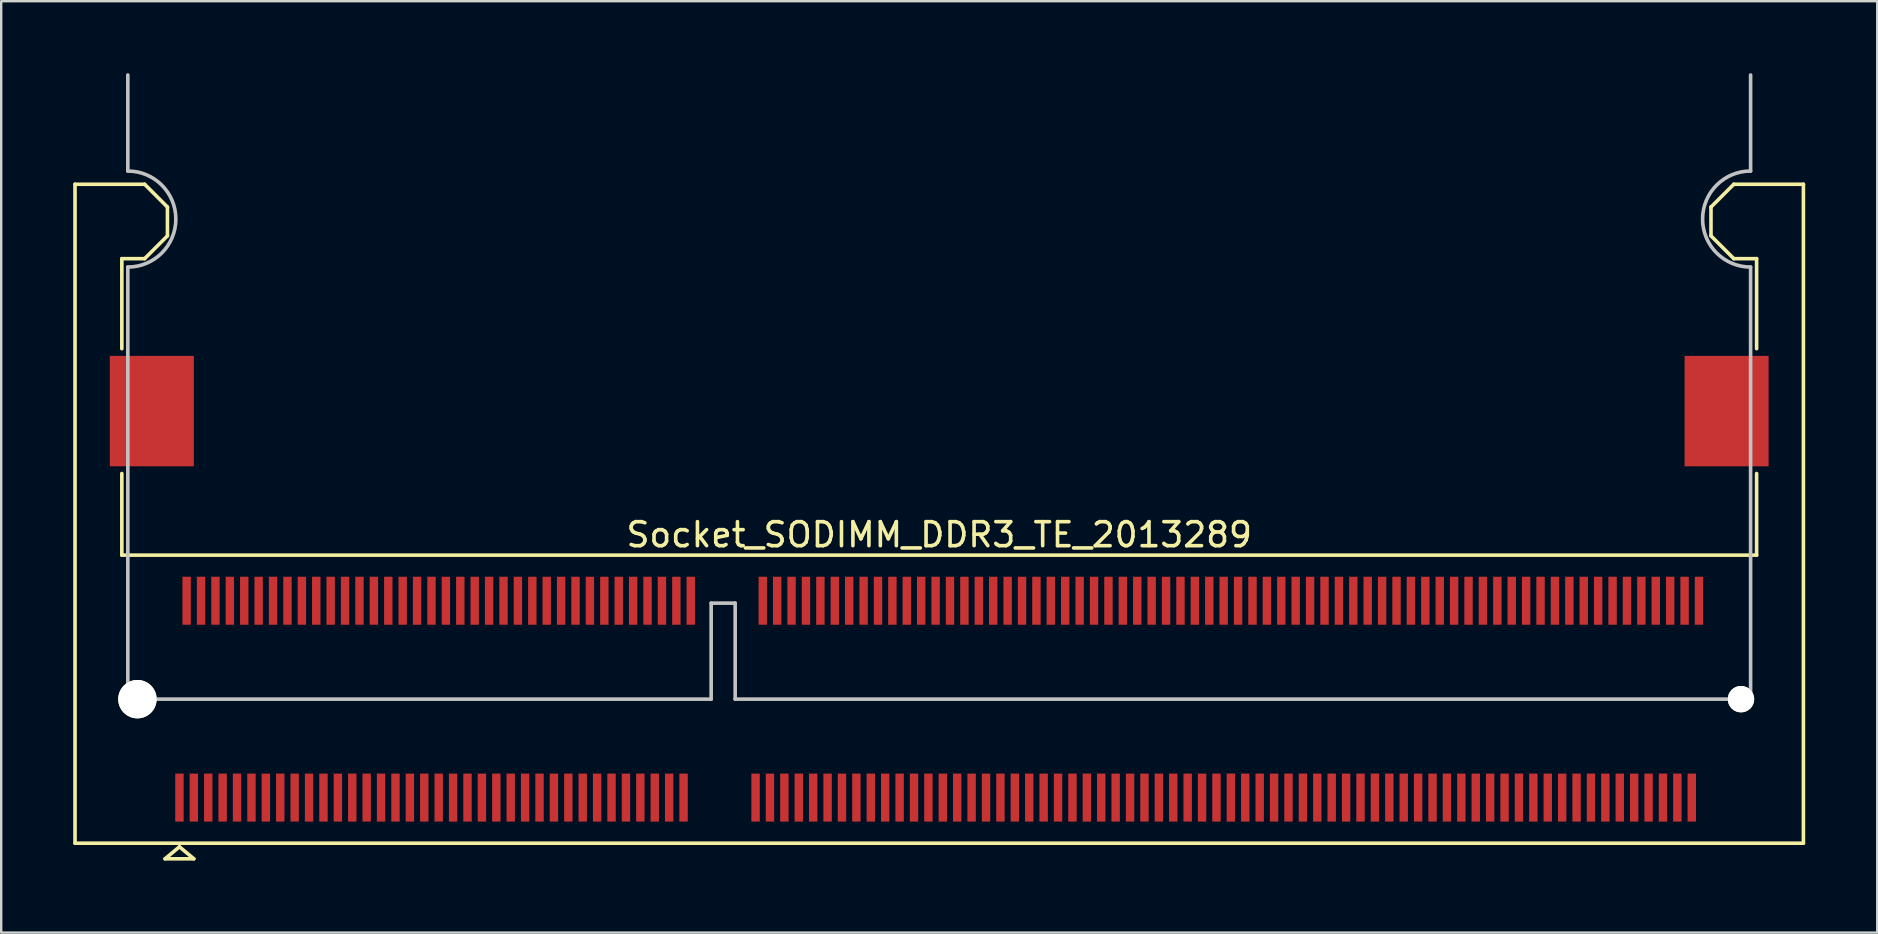
<source format=kicad_pcb>
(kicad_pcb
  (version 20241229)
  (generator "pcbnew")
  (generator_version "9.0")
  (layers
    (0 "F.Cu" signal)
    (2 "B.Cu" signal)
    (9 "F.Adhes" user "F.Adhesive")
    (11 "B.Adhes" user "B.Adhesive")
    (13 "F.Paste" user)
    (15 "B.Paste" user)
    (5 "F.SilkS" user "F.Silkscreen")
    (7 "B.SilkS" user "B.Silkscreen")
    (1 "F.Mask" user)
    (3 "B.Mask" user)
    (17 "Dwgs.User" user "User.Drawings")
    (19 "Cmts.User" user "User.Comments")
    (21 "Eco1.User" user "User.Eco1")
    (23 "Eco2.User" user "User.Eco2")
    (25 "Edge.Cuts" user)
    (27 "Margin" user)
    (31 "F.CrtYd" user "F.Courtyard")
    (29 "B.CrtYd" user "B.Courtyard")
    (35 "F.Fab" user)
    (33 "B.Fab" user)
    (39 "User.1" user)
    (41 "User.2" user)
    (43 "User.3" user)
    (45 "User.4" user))
  (footprint "Socket_SODIMM_DDR3_TE_2013289"
    (layer "F.Cu")
    (at 36.075 26.075)
    (property "Reference" "Socket_SODIMM_DDR3_TE_2013289" (at 0 -6.85 0) (layer "F.SilkS") (effects (font (size 1 1) (thickness 0.15))))
    (attr smd)
    (fp_line (start -36 -21.45) (end -33.1 -21.45) (stroke (width 0.15) (type solid)) (layer "F.SilkS"))
    (fp_line (start -36 6) (end -36 -21.45) (stroke (width 0.15) (type solid)) (layer "F.SilkS"))
    (fp_line (start -36 6) (end 36 6) (stroke (width 0.15) (type solid)) (layer "F.SilkS"))
    (fp_line (start -34.05 -18.35) (end -34.05 -14.6) (stroke (width 0.15) (type solid)) (layer "F.SilkS"))
    (fp_line (start -34.05 -9.4) (end -34.05 -6) (stroke (width 0.15) (type solid)) (layer "F.SilkS"))
    (fp_line (start -33.1 -21.45) (end -32.15 -20.5) (stroke (width 0.15) (type solid)) (layer "F.SilkS"))
    (fp_line (start -33.1 -18.35) (end -34.05 -18.35) (stroke (width 0.15) (type solid)) (layer "F.SilkS"))
    (fp_line (start -32.25 6.65) (end -31.65 6.15) (stroke (width 0.15) (type solid)) (layer "F.SilkS"))
    (fp_line (start -32.15 -20.5) (end -32.15 -19.3) (stroke (width 0.15) (type solid)) (layer "F.SilkS"))
    (fp_line (start -32.15 -19.3) (end -33.1 -18.35) (stroke (width 0.15) (type solid)) (layer "F.SilkS"))
    (fp_line (start -31.65 6.15) (end -31.05 6.65) (stroke (width 0.15) (type solid)) (layer "F.SilkS"))
    (fp_line (start -31.05 6.65) (end -32.25 6.65) (stroke (width 0.15) (type solid)) (layer "F.SilkS"))
    (fp_line (start 32.15 -20.5) (end 32.15 -19.3) (stroke (width 0.15) (type solid)) (layer "F.SilkS"))
    (fp_line (start 32.15 -19.3) (end 33.1 -18.35) (stroke (width 0.15) (type solid)) (layer "F.SilkS"))
    (fp_line (start 33.1 -21.45) (end 32.15 -20.5) (stroke (width 0.15) (type solid)) (layer "F.SilkS"))
    (fp_line (start 33.1 -18.35) (end 34.05 -18.35) (stroke (width 0.15) (type solid)) (layer "F.SilkS"))
    (fp_line (start 34.05 -18.35) (end 34.05 -14.6) (stroke (width 0.15) (type solid)) (layer "F.SilkS"))
    (fp_line (start 34.05 -9.4) (end 34.05 -6) (stroke (width 0.15) (type solid)) (layer "F.SilkS"))
    (fp_line (start 34.05 -6) (end -34.05 -6) (stroke (width 0.15) (type solid)) (layer "F.SilkS"))
    (fp_line (start 36 -21.45) (end 33.1 -21.45) (stroke (width 0.15) (type solid)) (layer "F.SilkS"))
    (fp_line (start 36 6) (end 36 -21.45) (stroke (width 0.15) (type solid)) (layer "F.SilkS"))
    (fp_line (start -33.8 -22) (end -33.8 -26) (stroke (width 0.15) (type solid)) (layer "Dwgs.User"))
    (fp_line (start -33.8 -18) (end -33.8 0) (stroke (width 0.15) (type solid)) (layer "Dwgs.User"))
    (fp_line (start -33.8 0) (end -9.5 0) (stroke (width 0.15) (type solid)) (layer "Dwgs.User"))
    (fp_line (start -9.5 -4) (end -9.5 0) (stroke (width 0.15) (type solid)) (layer "Dwgs.User"))
    (fp_line (start -9.5 -4) (end -8.5 -4) (stroke (width 0.15) (type solid)) (layer "Dwgs.User"))
    (fp_line (start -8.5 -4) (end -8.5 0) (stroke (width 0.15) (type solid)) (layer "Dwgs.User"))
    (fp_line (start -8.5 0) (end 33.8 0) (stroke (width 0.15) (type solid)) (layer "Dwgs.User"))
    (fp_line (start 33.8 -22) (end 33.8 -26) (stroke (width 0.15) (type solid)) (layer "Dwgs.User"))
    (fp_line (start 33.8 -18) (end 33.8 0) (stroke (width 0.15) (type solid)) (layer "Dwgs.User"))
    (fp_arc (start -33.8 -22) (mid -31.8 -20) (end -33.8 -18) (stroke (width 0.15) (type solid)) (layer "Dwgs.User"))
    (fp_arc (start 33.8 -18) (mid 31.8 -20) (end 33.8 -22) (stroke (width 0.15) (type solid)) (layer "Dwgs.User"))
    (pad "" np_thru_hole circle (at -33.4 0) (size 1.6 1.6) (drill 1.6) (layers "*.Cu" "*.Mask" "F.SilkS"))
    (pad "" smd rect (at -32.8 -12) (size 3.5 4.6) (layers "F.Cu" "F.Mask" "F.Paste"))
    (pad "" smd rect (at 32.8 -12) (size 3.5 4.6) (layers "F.Cu" "F.Mask" "F.Paste"))
    (pad "" np_thru_hole circle (at 33.4 0) (size 1.1 1.1) (drill 1.1) (layers "*.Cu" "*.Mask" "F.SilkS"))
    (pad "1" smd rect (at -31.65 4.1) (size 0.35 2) (layers "F.Cu" "F.Mask" "F.Paste"))
    (pad "2" smd rect (at -31.35 -4.1) (size 0.35 2) (layers "F.Cu" "F.Mask" "F.Paste"))
    (pad "3" smd rect (at -31.05 4.1) (size 0.35 2) (layers "F.Cu" "F.Mask" "F.Paste"))
    (pad "4" smd rect (at -30.75 -4.1) (size 0.35 2) (layers "F.Cu" "F.Mask" "F.Paste"))
    (pad "5" smd rect (at -30.45 4.1) (size 0.35 2) (layers "F.Cu" "F.Mask" "F.Paste"))
    (pad "6" smd rect (at -30.15 -4.1) (size 0.35 2) (layers "F.Cu" "F.Mask" "F.Paste"))
    (pad "7" smd rect (at -29.85 4.1) (size 0.35 2) (layers "F.Cu" "F.Mask" "F.Paste"))
    (pad "8" smd rect (at -29.55 -4.1) (size 0.35 2) (layers "F.Cu" "F.Mask" "F.Paste"))
    (pad "9" smd rect (at -29.25 4.1) (size 0.35 2) (layers "F.Cu" "F.Mask" "F.Paste"))
    (pad "10" smd rect (at -28.95 -4.1) (size 0.35 2) (layers "F.Cu" "F.Mask" "F.Paste"))
    (pad "11" smd rect (at -28.65 4.1) (size 0.35 2) (layers "F.Cu" "F.Mask" "F.Paste"))
    (pad "12" smd rect (at -28.35 -4.1) (size 0.35 2) (layers "F.Cu" "F.Mask" "F.Paste"))
    (pad "13" smd rect (at -28.05 4.1) (size 0.35 2) (layers "F.Cu" "F.Mask" "F.Paste"))
    (pad "14" smd rect (at -27.75 -4.1) (size 0.35 2) (layers "F.Cu" "F.Mask" "F.Paste"))
    (pad "15" smd rect (at -27.45 4.1) (size 0.35 2) (layers "F.Cu" "F.Mask" "F.Paste"))
    (pad "16" smd rect (at -27.15 -4.1) (size 0.35 2) (layers "F.Cu" "F.Mask" "F.Paste"))
    (pad "17" smd rect (at -26.85 4.1) (size 0.35 2) (layers "F.Cu" "F.Mask" "F.Paste"))
    (pad "18" smd rect (at -26.55 -4.1) (size 0.35 2) (layers "F.Cu" "F.Mask" "F.Paste"))
    (pad "19" smd rect (at -26.25 4.1) (size 0.35 2) (layers "F.Cu" "F.Mask" "F.Paste"))
    (pad "20" smd rect (at -25.95 -4.1) (size 0.35 2) (layers "F.Cu" "F.Mask" "F.Paste"))
    (pad "21" smd rect (at -25.65 4.1) (size 0.35 2) (layers "F.Cu" "F.Mask" "F.Paste"))
    (pad "22" smd rect (at -25.35 -4.1) (size 0.35 2) (layers "F.Cu" "F.Mask" "F.Paste"))
    (pad "23" smd rect (at -25.05 4.1) (size 0.35 2) (layers "F.Cu" "F.Mask" "F.Paste"))
    (pad "24" smd rect (at -24.75 -4.1) (size 0.35 2) (layers "F.Cu" "F.Mask" "F.Paste"))
    (pad "25" smd rect (at -24.45 4.1) (size 0.35 2) (layers "F.Cu" "F.Mask" "F.Paste"))
    (pad "26" smd rect (at -24.15 -4.1) (size 0.35 2) (layers "F.Cu" "F.Mask" "F.Paste"))
    (pad "27" smd rect (at -23.85 4.1) (size 0.35 2) (layers "F.Cu" "F.Mask" "F.Paste"))
    (pad "28" smd rect (at -23.55 -4.1) (size 0.35 2) (layers "F.Cu" "F.Mask" "F.Paste"))
    (pad "29" smd rect (at -23.25 4.1) (size 0.35 2) (layers "F.Cu" "F.Mask" "F.Paste"))
    (pad "30" smd rect (at -22.95 -4.1) (size 0.35 2) (layers "F.Cu" "F.Mask" "F.Paste"))
    (pad "31" smd rect (at -22.65 4.1) (size 0.35 2) (layers "F.Cu" "F.Mask" "F.Paste"))
    (pad "32" smd rect (at -22.35 -4.1) (size 0.35 2) (layers "F.Cu" "F.Mask" "F.Paste"))
    (pad "33" smd rect (at -22.05 4.1) (size 0.35 2) (layers "F.Cu" "F.Mask" "F.Paste"))
    (pad "34" smd rect (at -21.75 -4.1) (size 0.35 2) (layers "F.Cu" "F.Mask" "F.Paste"))
    (pad "35" smd rect (at -21.45 4.1) (size 0.35 2) (layers "F.Cu" "F.Mask" "F.Paste"))
    (pad "36" smd rect (at -21.15 -4.1) (size 0.35 2) (layers "F.Cu" "F.Mask" "F.Paste"))
    (pad "37" smd rect (at -20.85 4.1) (size 0.35 2) (layers "F.Cu" "F.Mask" "F.Paste"))
    (pad "38" smd rect (at -20.55 -4.1) (size 0.35 2) (layers "F.Cu" "F.Mask" "F.Paste"))
    (pad "39" smd rect (at -20.25 4.1) (size 0.35 2) (layers "F.Cu" "F.Mask" "F.Paste"))
    (pad "40" smd rect (at -19.95 -4.1) (size 0.35 2) (layers "F.Cu" "F.Mask" "F.Paste"))
    (pad "41" smd rect (at -19.65 4.1) (size 0.35 2) (layers "F.Cu" "F.Mask" "F.Paste"))
    (pad "42" smd rect (at -19.35 -4.1) (size 0.35 2) (layers "F.Cu" "F.Mask" "F.Paste"))
    (pad "43" smd rect (at -19.05 4.1) (size 0.35 2) (layers "F.Cu" "F.Mask" "F.Paste"))
    (pad "44" smd rect (at -18.75 -4.1) (size 0.35 2) (layers "F.Cu" "F.Mask" "F.Paste"))
    (pad "45" smd rect (at -18.45 4.1) (size 0.35 2) (layers "F.Cu" "F.Mask" "F.Paste"))
    (pad "46" smd rect (at -18.15 -4.1) (size 0.35 2) (layers "F.Cu" "F.Mask" "F.Paste"))
    (pad "47" smd rect (at -17.85 4.1) (size 0.35 2) (layers "F.Cu" "F.Mask" "F.Paste"))
    (pad "48" smd rect (at -17.55 -4.1) (size 0.35 2) (layers "F.Cu" "F.Mask" "F.Paste"))
    (pad "49" smd rect (at -17.25 4.1) (size 0.35 2) (layers "F.Cu" "F.Mask" "F.Paste"))
    (pad "50" smd rect (at -16.95 -4.1) (size 0.35 2) (layers "F.Cu" "F.Mask" "F.Paste"))
    (pad "51" smd rect (at -16.65 4.1) (size 0.35 2) (layers "F.Cu" "F.Mask" "F.Paste"))
    (pad "52" smd rect (at -16.35 -4.1) (size 0.35 2) (layers "F.Cu" "F.Mask" "F.Paste"))
    (pad "53" smd rect (at -16.05 4.1) (size 0.35 2) (layers "F.Cu" "F.Mask" "F.Paste"))
    (pad "54" smd rect (at -15.75 -4.1) (size 0.35 2) (layers "F.Cu" "F.Mask" "F.Paste"))
    (pad "55" smd rect (at -15.45 4.1) (size 0.35 2) (layers "F.Cu" "F.Mask" "F.Paste"))
    (pad "56" smd rect (at -15.15 -4.1) (size 0.35 2) (layers "F.Cu" "F.Mask" "F.Paste"))
    (pad "57" smd rect (at -14.85 4.1) (size 0.35 2) (layers "F.Cu" "F.Mask" "F.Paste"))
    (pad "58" smd rect (at -14.55 -4.1) (size 0.35 2) (layers "F.Cu" "F.Mask" "F.Paste"))
    (pad "59" smd rect (at -14.25 4.1) (size 0.35 2) (layers "F.Cu" "F.Mask" "F.Paste"))
    (pad "60" smd rect (at -13.95 -4.1) (size 0.35 2) (layers "F.Cu" "F.Mask" "F.Paste"))
    (pad "61" smd rect (at -13.65 4.1) (size 0.35 2) (layers "F.Cu" "F.Mask" "F.Paste"))
    (pad "62" smd rect (at -13.35 -4.1) (size 0.35 2) (layers "F.Cu" "F.Mask" "F.Paste"))
    (pad "63" smd rect (at -13.05 4.1) (size 0.35 2) (layers "F.Cu" "F.Mask" "F.Paste"))
    (pad "64" smd rect (at -12.75 -4.1) (size 0.35 2) (layers "F.Cu" "F.Mask" "F.Paste"))
    (pad "65" smd rect (at -12.45 4.1) (size 0.35 2) (layers "F.Cu" "F.Mask" "F.Paste"))
    (pad "66" smd rect (at -12.15 -4.1) (size 0.35 2) (layers "F.Cu" "F.Mask" "F.Paste"))
    (pad "67" smd rect (at -11.85 4.1) (size 0.35 2) (layers "F.Cu" "F.Mask" "F.Paste"))
    (pad "68" smd rect (at -11.55 -4.1) (size 0.35 2) (layers "F.Cu" "F.Mask" "F.Paste"))
    (pad "69" smd rect (at -11.25 4.1) (size 0.35 2) (layers "F.Cu" "F.Mask" "F.Paste"))
    (pad "70" smd rect (at -10.95 -4.1) (size 0.35 2) (layers "F.Cu" "F.Mask" "F.Paste"))
    (pad "71" smd rect (at -10.65 4.1) (size 0.35 2) (layers "F.Cu" "F.Mask" "F.Paste"))
    (pad "72" smd rect (at -10.35 -4.1) (size 0.35 2) (layers "F.Cu" "F.Mask" "F.Paste"))
    (pad "73" smd rect (at -7.65 4.1) (size 0.35 2) (layers "F.Cu" "F.Mask" "F.Paste"))
    (pad "74" smd rect (at -7.35 -4.1) (size 0.35 2) (layers "F.Cu" "F.Mask" "F.Paste"))
    (pad "75" smd rect (at -7.05 4.1) (size 0.35 2) (layers "F.Cu" "F.Mask" "F.Paste"))
    (pad "76" smd rect (at -6.75 -4.1) (size 0.35 2) (layers "F.Cu" "F.Mask" "F.Paste"))
    (pad "77" smd rect (at -6.45 4.1) (size 0.35 2) (layers "F.Cu" "F.Mask" "F.Paste"))
    (pad "78" smd rect (at -6.15 -4.1) (size 0.35 2) (layers "F.Cu" "F.Mask" "F.Paste"))
    (pad "79" smd rect (at -5.85 4.1) (size 0.35 2) (layers "F.Cu" "F.Mask" "F.Paste"))
    (pad "80" smd rect (at -5.55 -4.1) (size 0.35 2) (layers "F.Cu" "F.Mask" "F.Paste"))
    (pad "81" smd rect (at -5.25 4.1) (size 0.35 2) (layers "F.Cu" "F.Mask" "F.Paste"))
    (pad "82" smd rect (at -4.95 -4.1) (size 0.35 2) (layers "F.Cu" "F.Mask" "F.Paste"))
    (pad "83" smd rect (at -4.65 4.1) (size 0.35 2) (layers "F.Cu" "F.Mask" "F.Paste"))
    (pad "84" smd rect (at -4.35 -4.1) (size 0.35 2) (layers "F.Cu" "F.Mask" "F.Paste"))
    (pad "85" smd rect (at -4.05 4.1) (size 0.35 2) (layers "F.Cu" "F.Mask" "F.Paste"))
    (pad "86" smd rect (at -3.75 -4.1) (size 0.35 2) (layers "F.Cu" "F.Mask" "F.Paste"))
    (pad "87" smd rect (at -3.45 4.1) (size 0.35 2) (layers "F.Cu" "F.Mask" "F.Paste"))
    (pad "88" smd rect (at -3.15 -4.1) (size 0.35 2) (layers "F.Cu" "F.Mask" "F.Paste"))
    (pad "89" smd rect (at -2.85 4.1) (size 0.35 2) (layers "F.Cu" "F.Mask" "F.Paste"))
    (pad "90" smd rect (at -2.55 -4.1) (size 0.35 2) (layers "F.Cu" "F.Mask" "F.Paste"))
    (pad "91" smd rect (at -2.25 4.1) (size 0.35 2) (layers "F.Cu" "F.Mask" "F.Paste"))
    (pad "92" smd rect (at -1.95 -4.1) (size 0.35 2) (layers "F.Cu" "F.Mask" "F.Paste"))
    (pad "93" smd rect (at -1.65 4.1) (size 0.35 2) (layers "F.Cu" "F.Mask" "F.Paste"))
    (pad "94" smd rect (at -1.35 -4.1) (size 0.35 2) (layers "F.Cu" "F.Mask" "F.Paste"))
    (pad "95" smd rect (at -1.05 4.1) (size 0.35 2) (layers "F.Cu" "F.Mask" "F.Paste"))
    (pad "96" smd rect (at -0.75 -4.1) (size 0.35 2) (layers "F.Cu" "F.Mask" "F.Paste"))
    (pad "97" smd rect (at -0.45 4.1) (size 0.35 2) (layers "F.Cu" "F.Mask" "F.Paste"))
    (pad "98" smd rect (at -0.15 -4.1) (size 0.35 2) (layers "F.Cu" "F.Mask" "F.Paste"))
    (pad "99" smd rect (at 0.15 4.1) (size 0.35 2) (layers "F.Cu" "F.Mask" "F.Paste"))
    (pad "100" smd rect (at 0.45 -4.1) (size 0.35 2) (layers "F.Cu" "F.Mask" "F.Paste"))
    (pad "101" smd rect (at 0.75 4.1) (size 0.35 2) (layers "F.Cu" "F.Mask" "F.Paste"))
    (pad "102" smd rect (at 1.05 -4.1) (size 0.35 2) (layers "F.Cu" "F.Mask" "F.Paste"))
    (pad "103" smd rect (at 1.35 4.1) (size 0.35 2) (layers "F.Cu" "F.Mask" "F.Paste"))
    (pad "104" smd rect (at 1.65 -4.1) (size 0.35 2) (layers "F.Cu" "F.Mask" "F.Paste"))
    (pad "105" smd rect (at 1.95 4.1) (size 0.35 2) (layers "F.Cu" "F.Mask" "F.Paste"))
    (pad "106" smd rect (at 2.25 -4.1) (size 0.35 2) (layers "F.Cu" "F.Mask" "F.Paste"))
    (pad "107" smd rect (at 2.55 4.1) (size 0.35 2) (layers "F.Cu" "F.Mask" "F.Paste"))
    (pad "108" smd rect (at 2.85 -4.1) (size 0.35 2) (layers "F.Cu" "F.Mask" "F.Paste"))
    (pad "109" smd rect (at 3.15 4.1) (size 0.35 2) (layers "F.Cu" "F.Mask" "F.Paste"))
    (pad "110" smd rect (at 3.45 -4.1) (size 0.35 2) (layers "F.Cu" "F.Mask" "F.Paste"))
    (pad "111" smd rect (at 3.75 4.1) (size 0.35 2) (layers "F.Cu" "F.Mask" "F.Paste"))
    (pad "112" smd rect (at 4.05 -4.1) (size 0.35 2) (layers "F.Cu" "F.Mask" "F.Paste"))
    (pad "113" smd rect (at 4.35 4.1) (size 0.35 2) (layers "F.Cu" "F.Mask" "F.Paste"))
    (pad "114" smd rect (at 4.65 -4.1) (size 0.35 2) (layers "F.Cu" "F.Mask" "F.Paste"))
    (pad "115" smd rect (at 4.95 4.1) (size 0.35 2) (layers "F.Cu" "F.Mask" "F.Paste"))
    (pad "116" smd rect (at 5.25 -4.1) (size 0.35 2) (layers "F.Cu" "F.Mask" "F.Paste"))
    (pad "117" smd rect (at 5.55 4.1) (size 0.35 2) (layers "F.Cu" "F.Mask" "F.Paste"))
    (pad "118" smd rect (at 5.85 -4.1) (size 0.35 2) (layers "F.Cu" "F.Mask" "F.Paste"))
    (pad "119" smd rect (at 6.15 4.1) (size 0.35 2) (layers "F.Cu" "F.Mask" "F.Paste"))
    (pad "120" smd rect (at 6.45 -4.1) (size 0.35 2) (layers "F.Cu" "F.Mask" "F.Paste"))
    (pad "121" smd rect (at 6.75 4.1) (size 0.35 2) (layers "F.Cu" "F.Mask" "F.Paste"))
    (pad "122" smd rect (at 7.05 -4.1) (size 0.35 2) (layers "F.Cu" "F.Mask" "F.Paste"))
    (pad "123" smd rect (at 7.35 4.1) (size 0.35 2) (layers "F.Cu" "F.Mask" "F.Paste"))
    (pad "124" smd rect (at 7.65 -4.1) (size 0.35 2) (layers "F.Cu" "F.Mask" "F.Paste"))
    (pad "125" smd rect (at 7.95 4.1) (size 0.35 2) (layers "F.Cu" "F.Mask" "F.Paste"))
    (pad "126" smd rect (at 8.25 -4.1) (size 0.35 2) (layers "F.Cu" "F.Mask" "F.Paste"))
    (pad "127" smd rect (at 8.55 4.1) (size 0.35 2) (layers "F.Cu" "F.Mask" "F.Paste"))
    (pad "128" smd rect (at 8.85 -4.1) (size 0.35 2) (layers "F.Cu" "F.Mask" "F.Paste"))
    (pad "129" smd rect (at 9.15 4.1) (size 0.35 2) (layers "F.Cu" "F.Mask" "F.Paste"))
    (pad "130" smd rect (at 9.45 -4.1) (size 0.35 2) (layers "F.Cu" "F.Mask" "F.Paste"))
    (pad "131" smd rect (at 9.75 4.1) (size 0.35 2) (layers "F.Cu" "F.Mask" "F.Paste"))
    (pad "132" smd rect (at 10.05 -4.1) (size 0.35 2) (layers "F.Cu" "F.Mask" "F.Paste"))
    (pad "133" smd rect (at 10.35 4.1) (size 0.35 2) (layers "F.Cu" "F.Mask" "F.Paste"))
    (pad "134" smd rect (at 10.65 -4.1) (size 0.35 2) (layers "F.Cu" "F.Mask" "F.Paste"))
    (pad "135" smd rect (at 10.95 4.1) (size 0.35 2) (layers "F.Cu" "F.Mask" "F.Paste"))
    (pad "136" smd rect (at 11.25 -4.1) (size 0.35 2) (layers "F.Cu" "F.Mask" "F.Paste"))
    (pad "137" smd rect (at 11.55 4.1) (size 0.35 2) (layers "F.Cu" "F.Mask" "F.Paste"))
    (pad "138" smd rect (at 11.85 -4.1) (size 0.35 2) (layers "F.Cu" "F.Mask" "F.Paste"))
    (pad "139" smd rect (at 12.15 4.1) (size 0.35 2) (layers "F.Cu" "F.Mask" "F.Paste"))
    (pad "140" smd rect (at 12.45 -4.1) (size 0.35 2) (layers "F.Cu" "F.Mask" "F.Paste"))
    (pad "141" smd rect (at 12.75 4.1) (size 0.35 2) (layers "F.Cu" "F.Mask" "F.Paste"))
    (pad "142" smd rect (at 13.05 -4.1) (size 0.35 2) (layers "F.Cu" "F.Mask" "F.Paste"))
    (pad "143" smd rect (at 13.35 4.1) (size 0.35 2) (layers "F.Cu" "F.Mask" "F.Paste"))
    (pad "144" smd rect (at 13.65 -4.1) (size 0.35 2) (layers "F.Cu" "F.Mask" "F.Paste"))
    (pad "145" smd rect (at 13.95 4.1) (size 0.35 2) (layers "F.Cu" "F.Mask" "F.Paste"))
    (pad "146" smd rect (at 14.25 -4.1) (size 0.35 2) (layers "F.Cu" "F.Mask" "F.Paste"))
    (pad "147" smd rect (at 14.55 4.1) (size 0.35 2) (layers "F.Cu" "F.Mask" "F.Paste"))
    (pad "148" smd rect (at 14.85 -4.1) (size 0.35 2) (layers "F.Cu" "F.Mask" "F.Paste"))
    (pad "149" smd rect (at 15.15 4.1) (size 0.35 2) (layers "F.Cu" "F.Mask" "F.Paste"))
    (pad "150" smd rect (at 15.45 -4.1) (size 0.35 2) (layers "F.Cu" "F.Mask" "F.Paste"))
    (pad "151" smd rect (at 15.75 4.1) (size 0.35 2) (layers "F.Cu" "F.Mask" "F.Paste"))
    (pad "152" smd rect (at 16.05 -4.1) (size 0.35 2) (layers "F.Cu" "F.Mask" "F.Paste"))
    (pad "153" smd rect (at 16.35 4.1) (size 0.35 2) (layers "F.Cu" "F.Mask" "F.Paste"))
    (pad "154" smd rect (at 16.65 -4.1) (size 0.35 2) (layers "F.Cu" "F.Mask" "F.Paste"))
    (pad "155" smd rect (at 16.95 4.1) (size 0.35 2) (layers "F.Cu" "F.Mask" "F.Paste"))
    (pad "156" smd rect (at 17.25 -4.1) (size 0.35 2) (layers "F.Cu" "F.Mask" "F.Paste"))
    (pad "157" smd rect (at 17.55 4.1) (size 0.35 2) (layers "F.Cu" "F.Mask" "F.Paste"))
    (pad "158" smd rect (at 17.85 -4.1) (size 0.35 2) (layers "F.Cu" "F.Mask" "F.Paste"))
    (pad "159" smd rect (at 18.15 4.1) (size 0.35 2) (layers "F.Cu" "F.Mask" "F.Paste"))
    (pad "160" smd rect (at 18.45 -4.1) (size 0.35 2) (layers "F.Cu" "F.Mask" "F.Paste"))
    (pad "161" smd rect (at 18.75 4.1) (size 0.35 2) (layers "F.Cu" "F.Mask" "F.Paste"))
    (pad "162" smd rect (at 19.05 -4.1) (size 0.35 2) (layers "F.Cu" "F.Mask" "F.Paste"))
    (pad "163" smd rect (at 19.35 4.1) (size 0.35 2) (layers "F.Cu" "F.Mask" "F.Paste"))
    (pad "164" smd rect (at 19.65 -4.1) (size 0.35 2) (layers "F.Cu" "F.Mask" "F.Paste"))
    (pad "165" smd rect (at 19.95 4.1) (size 0.35 2) (layers "F.Cu" "F.Mask" "F.Paste"))
    (pad "166" smd rect (at 20.25 -4.1) (size 0.35 2) (layers "F.Cu" "F.Mask" "F.Paste"))
    (pad "167" smd rect (at 20.55 4.1) (size 0.35 2) (layers "F.Cu" "F.Mask" "F.Paste"))
    (pad "168" smd rect (at 20.85 -4.1) (size 0.35 2) (layers "F.Cu" "F.Mask" "F.Paste"))
    (pad "169" smd rect (at 21.15 4.1) (size 0.35 2) (layers "F.Cu" "F.Mask" "F.Paste"))
    (pad "170" smd rect (at 21.45 -4.1) (size 0.35 2) (layers "F.Cu" "F.Mask" "F.Paste"))
    (pad "171" smd rect (at 21.75 4.1) (size 0.35 2) (layers "F.Cu" "F.Mask" "F.Paste"))
    (pad "172" smd rect (at 22.05 -4.1) (size 0.35 2) (layers "F.Cu" "F.Mask" "F.Paste"))
    (pad "173" smd rect (at 22.35 4.1) (size 0.35 2) (layers "F.Cu" "F.Mask" "F.Paste"))
    (pad "174" smd rect (at 22.65 -4.1) (size 0.35 2) (layers "F.Cu" "F.Mask" "F.Paste"))
    (pad "175" smd rect (at 22.95 4.1) (size 0.35 2) (layers "F.Cu" "F.Mask" "F.Paste"))
    (pad "176" smd rect (at 23.25 -4.1) (size 0.35 2) (layers "F.Cu" "F.Mask" "F.Paste"))
    (pad "177" smd rect (at 23.55 4.1) (size 0.35 2) (layers "F.Cu" "F.Mask" "F.Paste"))
    (pad "178" smd rect (at 23.85 -4.1) (size 0.35 2) (layers "F.Cu" "F.Mask" "F.Paste"))
    (pad "179" smd rect (at 24.15 4.1) (size 0.35 2) (layers "F.Cu" "F.Mask" "F.Paste"))
    (pad "180" smd rect (at 24.45 -4.1) (size 0.35 2) (layers "F.Cu" "F.Mask" "F.Paste"))
    (pad "181" smd rect (at 24.75 4.1) (size 0.35 2) (layers "F.Cu" "F.Mask" "F.Paste"))
    (pad "182" smd rect (at 25.05 -4.1) (size 0.35 2) (layers "F.Cu" "F.Mask" "F.Paste"))
    (pad "183" smd rect (at 25.35 4.1) (size 0.35 2) (layers "F.Cu" "F.Mask" "F.Paste"))
    (pad "184" smd rect (at 25.65 -4.1) (size 0.35 2) (layers "F.Cu" "F.Mask" "F.Paste"))
    (pad "185" smd rect (at 25.95 4.1) (size 0.35 2) (layers "F.Cu" "F.Mask" "F.Paste"))
    (pad "186" smd rect (at 26.25 -4.1) (size 0.35 2) (layers "F.Cu" "F.Mask" "F.Paste"))
    (pad "187" smd rect (at 26.55 4.1) (size 0.35 2) (layers "F.Cu" "F.Mask" "F.Paste"))
    (pad "188" smd rect (at 26.85 -4.1) (size 0.35 2) (layers "F.Cu" "F.Mask" "F.Paste"))
    (pad "189" smd rect (at 27.15 4.1) (size 0.35 2) (layers "F.Cu" "F.Mask" "F.Paste"))
    (pad "190" smd rect (at 27.45 -4.1) (size 0.35 2) (layers "F.Cu" "F.Mask" "F.Paste"))
    (pad "191" smd rect (at 27.75 4.1) (size 0.35 2) (layers "F.Cu" "F.Mask" "F.Paste"))
    (pad "192" smd rect (at 28.05 -4.1) (size 0.35 2) (layers "F.Cu" "F.Mask" "F.Paste"))
    (pad "193" smd rect (at 28.35 4.1) (size 0.35 2) (layers "F.Cu" "F.Mask" "F.Paste"))
    (pad "194" smd rect (at 28.65 -4.1) (size 0.35 2) (layers "F.Cu" "F.Mask" "F.Paste"))
    (pad "195" smd rect (at 28.95 4.1) (size 0.35 2) (layers "F.Cu" "F.Mask" "F.Paste"))
    (pad "196" smd rect (at 29.25 -4.1) (size 0.35 2) (layers "F.Cu" "F.Mask" "F.Paste"))
    (pad "197" smd rect (at 29.55 4.1) (size 0.35 2) (layers "F.Cu" "F.Mask" "F.Paste"))
    (pad "198" smd rect (at 29.85 -4.1) (size 0.35 2) (layers "F.Cu" "F.Mask" "F.Paste"))
    (pad "199" smd rect (at 30.15 4.1) (size 0.35 2) (layers "F.Cu" "F.Mask" "F.Paste"))
    (pad "200" smd rect (at 30.45 -4.1) (size 0.35 2) (layers "F.Cu" "F.Mask" "F.Paste"))
    (pad "201" smd rect (at 30.75 4.1) (size 0.35 2) (layers "F.Cu" "F.Mask" "F.Paste"))
    (pad "202" smd rect (at 31.05 -4.1) (size 0.35 2) (layers "F.Cu" "F.Mask" "F.Paste"))
    (pad "203" smd rect (at 31.35 4.1) (size 0.35 2) (layers "F.Cu" "F.Mask" "F.Paste"))
    (pad "204" smd rect (at 31.65 -4.1) (size 0.35 2) (layers "F.Cu" "F.Mask" "F.Paste")))
  (gr_rect
    (start -3 -3)
    (end 75.15 35.8)
    (stroke (width 0.1) (type default))
    (fill no)
    (layer "Edge.Cuts")))
</source>
